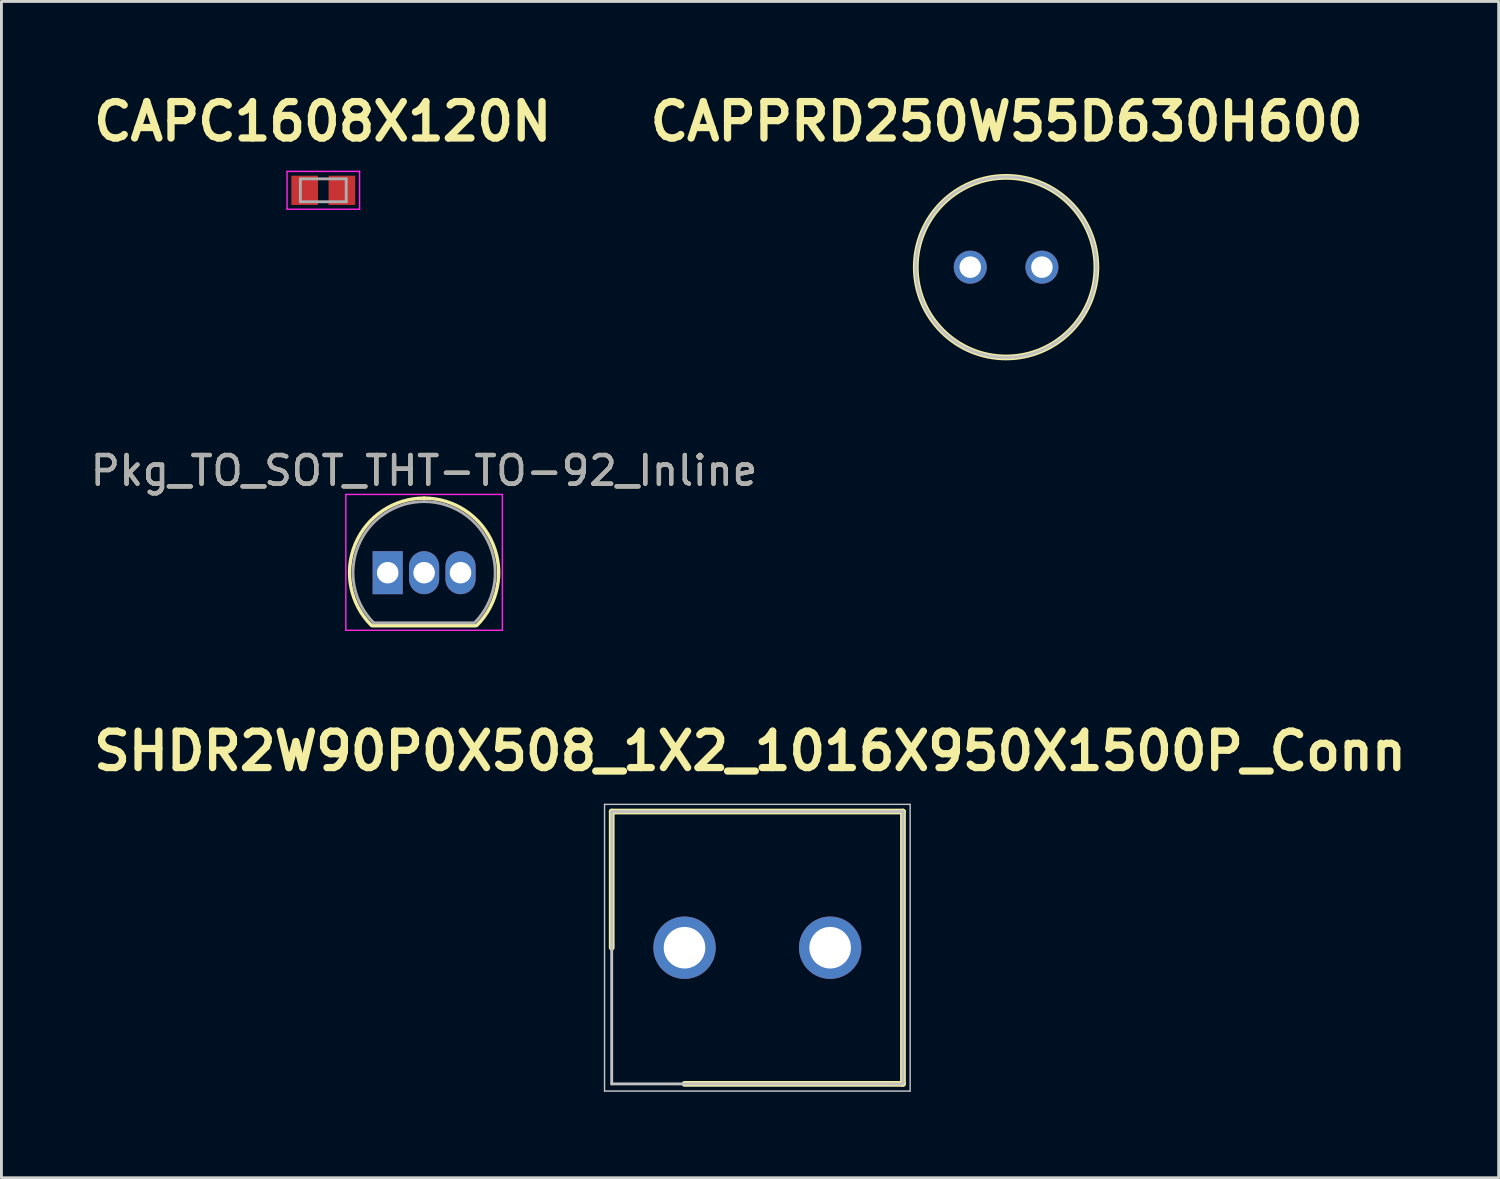
<source format=kicad_pcb>
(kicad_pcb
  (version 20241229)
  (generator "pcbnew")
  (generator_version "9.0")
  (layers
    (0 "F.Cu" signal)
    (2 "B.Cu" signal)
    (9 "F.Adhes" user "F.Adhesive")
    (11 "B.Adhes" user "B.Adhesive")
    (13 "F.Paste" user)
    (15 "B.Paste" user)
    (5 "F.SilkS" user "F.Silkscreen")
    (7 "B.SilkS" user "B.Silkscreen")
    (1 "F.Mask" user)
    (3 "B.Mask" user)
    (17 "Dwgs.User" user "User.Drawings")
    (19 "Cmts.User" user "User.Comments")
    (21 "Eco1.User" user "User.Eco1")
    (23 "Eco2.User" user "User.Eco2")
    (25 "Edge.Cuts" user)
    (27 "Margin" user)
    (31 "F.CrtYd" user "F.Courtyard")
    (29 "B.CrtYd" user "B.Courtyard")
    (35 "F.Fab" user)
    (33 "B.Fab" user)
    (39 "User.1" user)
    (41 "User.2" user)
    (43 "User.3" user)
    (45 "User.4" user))
  (footprint "SHDR2W90P0X508_1X2_1016X950X1500P_Conn"
    (layer "F.Cu")
    (at 20.828 30.009)
    (property "Reference" "SHDR2W90P0X508_1X2_1016X950X1500P_Conn" (at 2.286 -6.858 0) (layer "F.SilkS") (effects (font (size 1.27 1.27) (thickness 0.254))))
    (attr through_hole)
    (fp_line (start -2.54 -4.75) (end -2.54 0) (stroke (width 0.2) (type solid)) (layer "F.SilkS"))
    (fp_line (start 0 4.75) (end 7.62 4.75) (stroke (width 0.2) (type solid)) (layer "F.SilkS"))
    (fp_line (start 7.62 -4.75) (end -2.54 -4.75) (stroke (width 0.2) (type solid)) (layer "F.SilkS"))
    (fp_line (start 7.62 4.75) (end 7.62 -4.75) (stroke (width 0.2) (type solid)) (layer "F.SilkS"))
    (fp_line (start -2.79 -5) (end 7.87 -5) (stroke (width 0.05) (type solid)) (layer "Dwgs.User"))
    (fp_line (start -2.79 5) (end -2.79 -5) (stroke (width 0.05) (type solid)) (layer "Dwgs.User"))
    (fp_line (start -2.54 -4.75) (end 7.62 -4.75) (stroke (width 0.1) (type solid)) (layer "Dwgs.User"))
    (fp_line (start -2.54 4.75) (end -2.54 -4.75) (stroke (width 0.1) (type solid)) (layer "Dwgs.User"))
    (fp_line (start 7.62 -4.75) (end 7.62 4.75) (stroke (width 0.1) (type solid)) (layer "Dwgs.User"))
    (fp_line (start 7.62 4.75) (end -2.54 4.75) (stroke (width 0.1) (type solid)) (layer "Dwgs.User"))
    (fp_line (start 7.87 -5) (end 7.87 5) (stroke (width 0.05) (type solid)) (layer "Dwgs.User"))
    (fp_line (start 7.87 5) (end -2.79 5) (stroke (width 0.05) (type solid)) (layer "Dwgs.User"))
    (pad "1" thru_hole circle (at 0 0) (size 2.175 2.175) (drill 1.45) (layers "*.Cu" "*.Mask"))
    (pad "2" thru_hole circle (at 5.08 0) (size 2.175 2.175) (drill 1.45) (layers "*.Cu" "*.Mask")))
  (footprint "CAPC1608X120N"
    (layer "F.Cu")
    (at 8.227 3.589)
    (property "Reference" "CAPC1608X120N" (at -0.02 -2.4 0) (layer "F.SilkS") (effects (font (size 1.27 1.27) (thickness 0.254))))
    (attr smd)
    (fp_line (start -1.265 -0.66) (end 1.265 -0.66) (stroke (width 0.05) (type solid)) (layer "F.CrtYd"))
    (fp_line (start -1.265 0.66) (end -1.265 -0.66) (stroke (width 0.05) (type solid)) (layer "F.CrtYd"))
    (fp_line (start 1.265 -0.66) (end 1.265 0.66) (stroke (width 0.05) (type solid)) (layer "F.CrtYd"))
    (fp_line (start 1.265 0.66) (end -1.265 0.66) (stroke (width 0.05) (type solid)) (layer "F.CrtYd"))
    (fp_line (start -0.8 -0.4) (end 0.8 -0.4) (stroke (width 0.1) (type solid)) (layer "F.Fab"))
    (fp_line (start -0.8 0.4) (end -0.8 -0.4) (stroke (width 0.1) (type solid)) (layer "F.Fab"))
    (fp_line (start 0.8 -0.4) (end 0.8 0.4) (stroke (width 0.1) (type solid)) (layer "F.Fab"))
    (fp_line (start 0.8 0.4) (end -0.8 0.4) (stroke (width 0.1) (type solid)) (layer "F.Fab"))
    (pad "1" smd rect (at -0.65 0) (size 0.93 1.02) (layers "F.Cu" "F.Paste"))
    (pad "2" smd rect (at 0.65 0) (size 0.93 1.02) (layers "F.Cu" "F.Paste")))
  (footprint "Pkg_TO_SOT_THT-TO-92_Inline"
    (layer "F.Cu")
    (at 10.474 16.927)
    (property "Reference" "Pkg_TO_SOT_THT-TO-92_Inline" (at 1.27 -3.56 0) (layer "F.SilkS") (effects (font (size 1 1) (thickness 0.15))))
    (attr through_hole)
    (fp_line (start -0.53 1.85) (end 3.07 1.85) (stroke (width 0.12) (type solid)) (layer "F.SilkS"))
    (fp_arc (start -0.568478 1.838478) (mid -1.132087 -0.994977) (end 1.27 -2.6) (stroke (width 0.12) (type solid)) (layer "F.SilkS"))
    (fp_arc (start 1.27 -2.6) (mid 3.672087 -0.994977) (end 3.108478 1.838478) (stroke (width 0.12) (type solid)) (layer "F.SilkS"))
    (fp_line (start -1.46 -2.73) (end -1.46 2.01) (stroke (width 0.05) (type solid)) (layer "F.CrtYd"))
    (fp_line (start -1.46 -2.73) (end 4 -2.73) (stroke (width 0.05) (type solid)) (layer "F.CrtYd"))
    (fp_line (start 4 2.01) (end -1.46 2.01) (stroke (width 0.05) (type solid)) (layer "F.CrtYd"))
    (fp_line (start 4 2.01) (end 4 -2.73) (stroke (width 0.05) (type solid)) (layer "F.CrtYd"))
    (fp_line (start -0.5 1.75) (end 3 1.75) (stroke (width 0.1) (type solid)) (layer "F.Fab"))
    (fp_arc (start -0.483625 1.753625) (mid -1.021221 -0.949055) (end 1.27 -2.48) (stroke (width 0.1) (type solid)) (layer "F.Fab"))
    (fp_arc (start 1.27 -2.48) (mid 3.561221 -0.949055) (end 3.023625 1.753625) (stroke (width 0.1) (type solid)) (layer "F.Fab"))
    (fp_text user "${REFERENCE}" (at 1.27 -3.56 0) (layer "F.Fab") (effects (font (size 1 1) (thickness 0.15))))
    (pad "1" thru_hole rect (at 0 0) (size 1.05 1.5) (drill 0.75) (layers "*.Cu" "*.Mask"))
    (pad "2" thru_hole oval (at 1.27 0) (size 1.05 1.5) (drill 0.75) (layers "*.Cu" "*.Mask"))
    (pad "3" thru_hole oval (at 2.54 0) (size 1.05 1.5) (drill 0.75) (layers "*.Cu" "*.Mask")))
  (footprint "CAPPRD250W55D630H600"
    (layer "F.Cu")
    (at 30.795 6.269)
    (property "Reference" "CAPPRD250W55D630H600" (at 1.27 -5.08 0) (layer "F.SilkS") (effects (font (size 1.27 1.27) (thickness 0.254))))
    (attr through_hole)
    (fp_circle (center 1.25 0) (end 1.25 3.15) (stroke (width 0.2) (type solid)) (fill no) (layer "F.SilkS"))
    (fp_circle (center 1.25 0) (end 1.25 3.15) (stroke (width 0.1) (type solid)) (fill no) (layer "Dwgs.User"))
    (pad "1" thru_hole circle (at 0 0) (size 1.15 1.15) (drill 0.75) (layers "*.Cu" "*.Mask"))
    (pad "2" thru_hole circle (at 2.5 0) (size 1.15 1.15) (drill 0.75) (layers "*.Cu" "*.Mask")))
  (gr_rect
    (start -3 -3)
    (end 49.228 38.034)
    (stroke (width 0.1) (type default))
    (fill no)
    (layer "Edge.Cuts")))
</source>
